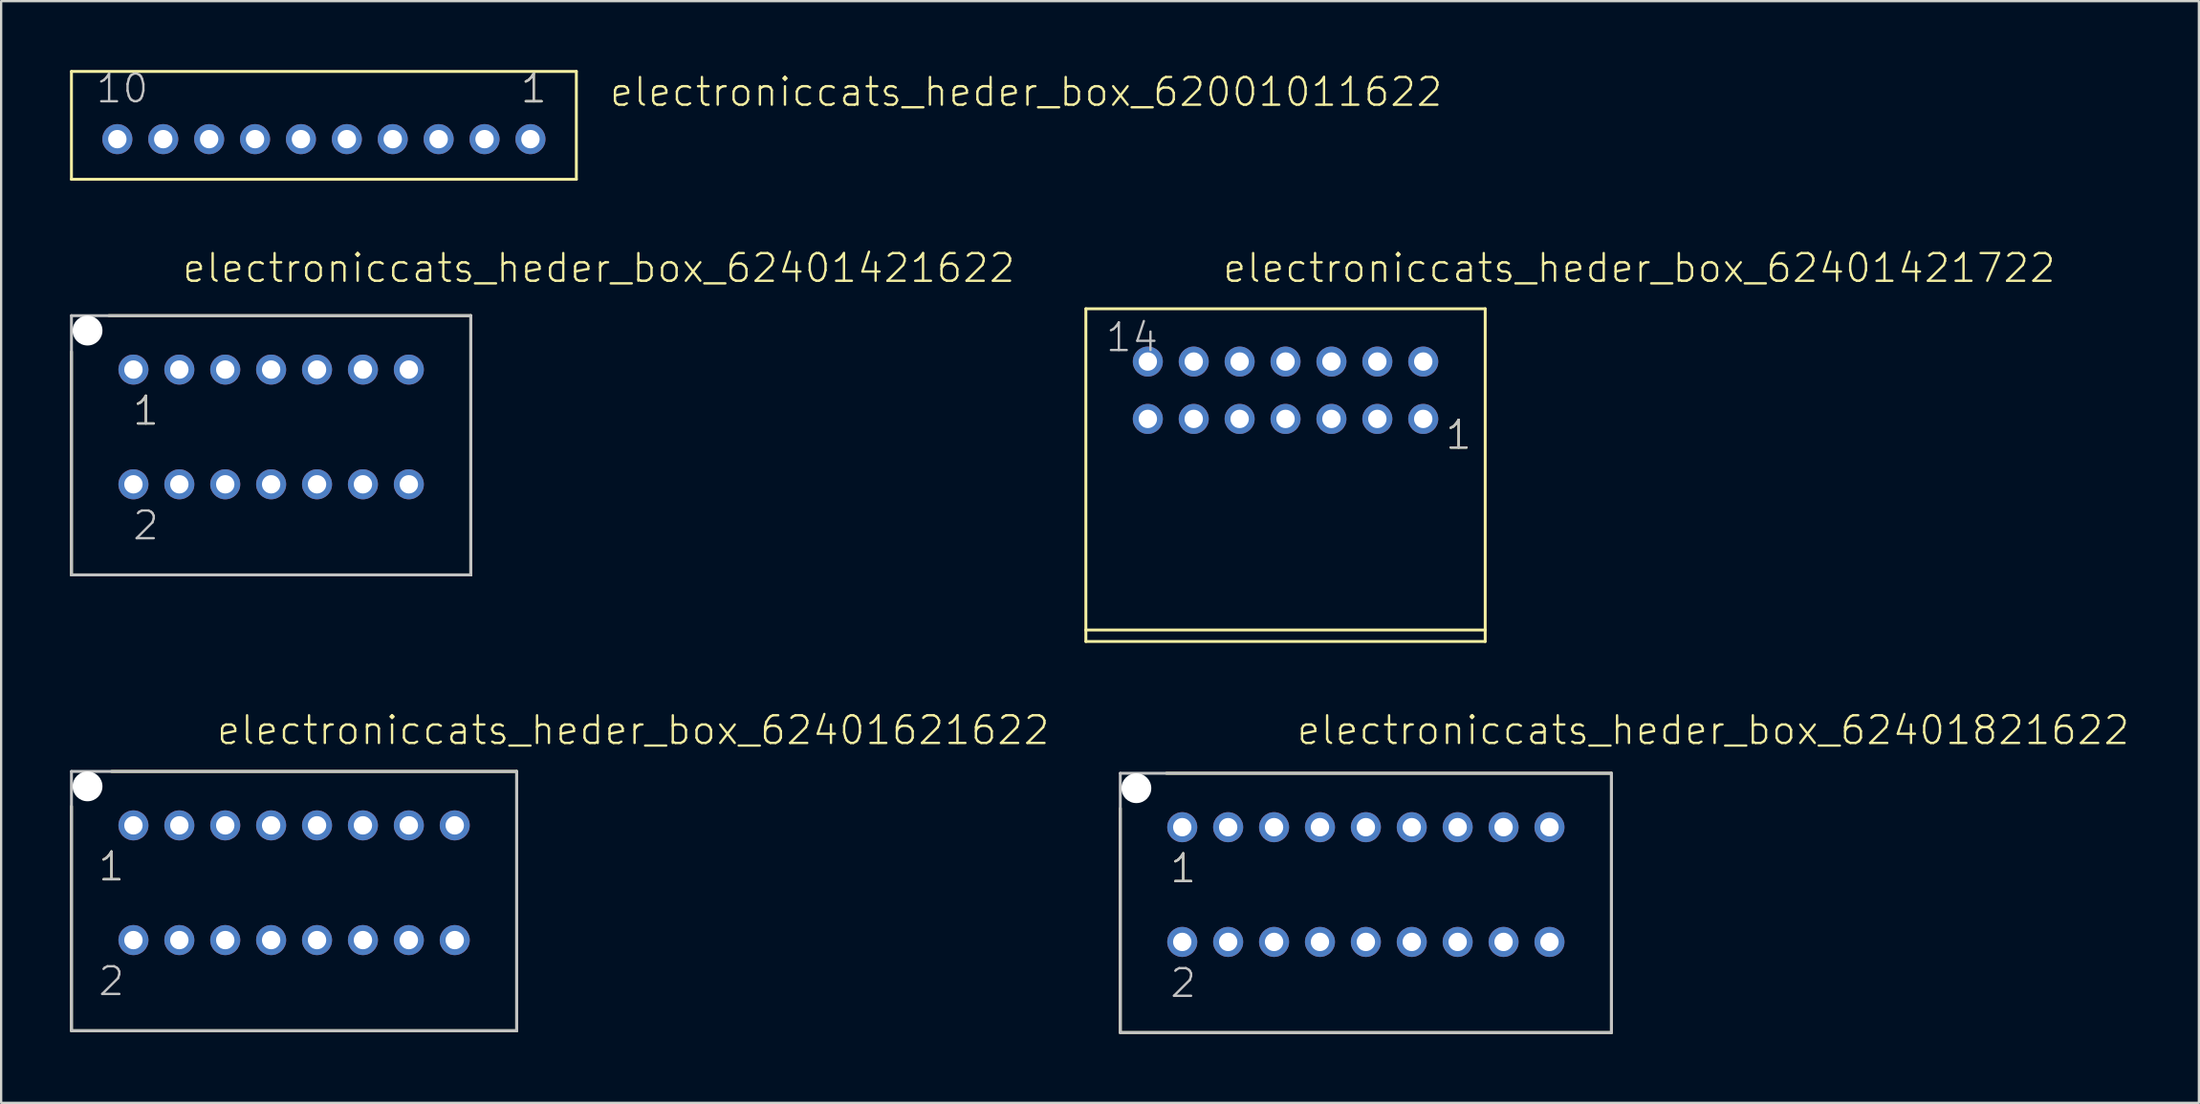
<source format=kicad_pcb>
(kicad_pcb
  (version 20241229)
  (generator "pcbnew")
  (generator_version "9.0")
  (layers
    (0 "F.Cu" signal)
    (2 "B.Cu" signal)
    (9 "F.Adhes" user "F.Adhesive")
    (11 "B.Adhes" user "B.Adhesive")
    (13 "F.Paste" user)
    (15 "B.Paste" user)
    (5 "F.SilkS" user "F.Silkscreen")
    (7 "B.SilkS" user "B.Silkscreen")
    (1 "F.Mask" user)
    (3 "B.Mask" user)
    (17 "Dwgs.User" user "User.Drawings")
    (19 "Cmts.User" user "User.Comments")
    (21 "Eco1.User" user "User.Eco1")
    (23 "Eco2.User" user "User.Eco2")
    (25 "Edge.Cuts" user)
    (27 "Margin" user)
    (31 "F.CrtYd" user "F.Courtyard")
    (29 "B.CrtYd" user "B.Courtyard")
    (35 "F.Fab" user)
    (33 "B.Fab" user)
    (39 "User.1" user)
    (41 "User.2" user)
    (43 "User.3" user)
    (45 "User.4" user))
  (footprint "electroniccats_heder_box_62001011622"
    (layer "F.Cu")
    (at 11.063 3.014)
    (property "Reference" "electroniccats_heder_box_62001011622" (at 12.385 -1.35 0) (layer "F.SilkS") (effects (font (size 1.206 1.206) (thickness 0.102)) (justify left bottom)))
    (attr through_hole)
    (fp_line (start -11 -2.95) (end 11 -2.95) (stroke (width 0.127) (type solid)) (layer "F.SilkS"))
    (fp_line (start -11 1.75) (end -11 -2.95) (stroke (width 0.127) (type solid)) (layer "F.SilkS"))
    (fp_line (start 11 -2.95) (end 11 1.75) (stroke (width 0.127) (type solid)) (layer "F.SilkS"))
    (fp_line (start 11 1.75) (end -11 1.75) (stroke (width 0.127) (type solid)) (layer "F.SilkS"))
    (fp_text user "1" (at 8.5 -1.5 0) (layer "F.SilkS") (effects (font (size 1.206 1.206) (thickness 0.102)) (justify left bottom)))
    (fp_text user "10" (at -10 -1.5 0) (layer "Dwgs.User") (effects (font (size 1.206 1.206) (thickness 0.102)) (justify left bottom)))
    (fp_text user "1" (at 8.5 -1.5 0) (layer "Dwgs.User") (effects (font (size 1.206 1.206) (thickness 0.102)) (justify left bottom)))
    (pad "1" thru_hole circle (at 9 0) (size 1.308 1.308) (drill 0.8) (layers "*.Cu" "*.Mask"))
    (pad "2" thru_hole circle (at 7 0) (size 1.308 1.308) (drill 0.8) (layers "*.Cu" "*.Mask"))
    (pad "3" thru_hole circle (at 5 0) (size 1.308 1.308) (drill 0.8) (layers "*.Cu" "*.Mask"))
    (pad "4" thru_hole circle (at 3 0) (size 1.308 1.308) (drill 0.8) (layers "*.Cu" "*.Mask"))
    (pad "5" thru_hole circle (at 1 0) (size 1.308 1.308) (drill 0.8) (layers "*.Cu" "*.Mask"))
    (pad "6" thru_hole circle (at -1 0) (size 1.308 1.308) (drill 0.8) (layers "*.Cu" "*.Mask"))
    (pad "7" thru_hole circle (at -3 0) (size 1.308 1.308) (drill 0.8) (layers "*.Cu" "*.Mask"))
    (pad "8" thru_hole circle (at -5 0) (size 1.308 1.308) (drill 0.8) (layers "*.Cu" "*.Mask"))
    (pad "9" thru_hole circle (at -7 0) (size 1.308 1.308) (drill 0.8) (layers "*.Cu" "*.Mask"))
    (pad "10" thru_hole circle (at -9 0) (size 1.308 1.308) (drill 0.8) (layers "*.Cu" "*.Mask")))
  (footprint "electroniccats_heder_box_62401421722"
    (layer "F.Cu")
    (at 52.964 13.958)
    (property "Reference" "electroniccats_heder_box_62401421722" (at -2.8 -4.62 0) (layer "F.SilkS") (effects (font (size 1.206 1.206) (thickness 0.102)) (justify left bottom)))
    (attr through_hole)
    (fp_line (start -8.7 -3.55) (end -8.7 10.45) (stroke (width 0.127) (type solid)) (layer "F.SilkS"))
    (fp_line (start -8.7 10.45) (end -8.7 10.95) (stroke (width 0.127) (type solid)) (layer "F.SilkS"))
    (fp_line (start -8.7 10.45) (end 8.7 10.45) (stroke (width 0.127) (type solid)) (layer "F.SilkS"))
    (fp_line (start -8.7 10.95) (end 8.7 10.95) (stroke (width 0.127) (type solid)) (layer "F.SilkS"))
    (fp_line (start 8.7 -3.55) (end -8.7 -3.55) (stroke (width 0.127) (type solid)) (layer "F.SilkS"))
    (fp_line (start 8.7 10.45) (end 8.7 -3.55) (stroke (width 0.127) (type solid)) (layer "F.SilkS"))
    (fp_line (start 8.7 10.95) (end 8.7 10.45) (stroke (width 0.127) (type solid)) (layer "F.SilkS"))
    (fp_text user "1" (at 6.9 2.65 0) (layer "F.SilkS") (effects (font (size 1.206 1.206) (thickness 0.102)) (justify left bottom)))
    (fp_text user "14" (at -7.905 -1.6 0) (layer "Dwgs.User") (effects (font (size 1.206 1.206) (thickness 0.102)) (justify left bottom)))
    (fp_text user "1" (at 6.9 2.65 0) (layer "Dwgs.User") (effects (font (size 1.206 1.206) (thickness 0.102)) (justify left bottom)))
    (pad "1" thru_hole circle (at 6 1.25 180) (size 1.308 1.308) (drill 0.8) (layers "*.Cu" "*.Mask"))
    (pad "2" thru_hole circle (at 6 -1.25 180) (size 1.308 1.308) (drill 0.8) (layers "*.Cu" "*.Mask"))
    (pad "3" thru_hole circle (at 4 1.25 180) (size 1.308 1.308) (drill 0.8) (layers "*.Cu" "*.Mask"))
    (pad "4" thru_hole circle (at 4 -1.25 180) (size 1.308 1.308) (drill 0.8) (layers "*.Cu" "*.Mask"))
    (pad "5" thru_hole circle (at 2 1.25 180) (size 1.308 1.308) (drill 0.8) (layers "*.Cu" "*.Mask"))
    (pad "6" thru_hole circle (at 2 -1.25 180) (size 1.308 1.308) (drill 0.8) (layers "*.Cu" "*.Mask"))
    (pad "7" thru_hole circle (at 0 1.25 180) (size 1.308 1.308) (drill 0.8) (layers "*.Cu" "*.Mask"))
    (pad "8" thru_hole circle (at 0 -1.25 180) (size 1.308 1.308) (drill 0.8) (layers "*.Cu" "*.Mask"))
    (pad "9" thru_hole circle (at -2 1.25 180) (size 1.308 1.308) (drill 0.8) (layers "*.Cu" "*.Mask"))
    (pad "10" thru_hole circle (at -2 -1.25 180) (size 1.308 1.308) (drill 0.8) (layers "*.Cu" "*.Mask"))
    (pad "11" thru_hole circle (at -4 1.25 180) (size 1.308 1.308) (drill 0.8) (layers "*.Cu" "*.Mask"))
    (pad "12" thru_hole circle (at -4 -1.25 180) (size 1.308 1.308) (drill 0.8) (layers "*.Cu" "*.Mask"))
    (pad "13" thru_hole circle (at -6 1.25 180) (size 1.308 1.308) (drill 0.8) (layers "*.Cu" "*.Mask"))
    (pad "14" thru_hole circle (at -6 -1.25 180) (size 1.308 1.308) (drill 0.8) (layers "*.Cu" "*.Mask")))
  (footprint "electroniccats_heder_box_62401421622"
    (layer "F.Cu")
    (at 8.764 15.558)
    (property "Reference" "electroniccats_heder_box_62401421622" (at -3.936 -6.22 0) (layer "F.SilkS") (effects (font (size 1.206 1.206) (thickness 0.102)) (justify left bottom)))
    (attr through_hole)
    (fp_line (start -8.7 6.45) (end -8.7 -3.28) (stroke (width 0.127) (type solid)) (layer "F.SilkS"))
    (fp_line (start -7.07 -4.85) (end 8.7 -4.85) (stroke (width 0.127) (type solid)) (layer "F.SilkS"))
    (fp_line (start 8.7 -4.85) (end 8.7 6.45) (stroke (width 0.127) (type solid)) (layer "F.SilkS"))
    (fp_line (start 8.7 6.45) (end -8.7 6.45) (stroke (width 0.127) (type solid)) (layer "F.SilkS"))
    (fp_line (start -8.7 -4.85) (end 8.7 -4.85) (stroke (width 0.127) (type solid)) (layer "Dwgs.User"))
    (fp_line (start -8.7 6.45) (end -8.7 -4.85) (stroke (width 0.127) (type solid)) (layer "Dwgs.User"))
    (fp_line (start 8.7 -4.85) (end 8.7 6.45) (stroke (width 0.127) (type solid)) (layer "Dwgs.User"))
    (fp_line (start 8.7 6.45) (end -8.7 6.45) (stroke (width 0.127) (type solid)) (layer "Dwgs.User"))
    (fp_text user "1" (at -6.1 0 0) (layer "F.SilkS") (effects (font (size 1.206 1.206) (thickness 0.102)) (justify left bottom)))
    (fp_text user "1" (at -6.1 0 0) (layer "Dwgs.User") (effects (font (size 1.206 1.206) (thickness 0.102)) (justify left bottom)))
    (fp_text user "2" (at -6.1 5 0) (layer "Dwgs.User") (effects (font (size 1.206 1.206) (thickness 0.102)) (justify left bottom)))
    (pad "" np_thru_hole circle (at -8 -4.2) (size 1.3 1.3) (drill 1.3) (layers "*.Cu"))
    (pad "1" thru_hole circle (at -6 -2.5) (size 1.308 1.308) (drill 0.8) (layers "*.Cu" "*.Mask"))
    (pad "2" thru_hole circle (at -6 2.5) (size 1.308 1.308) (drill 0.8) (layers "*.Cu" "*.Mask"))
    (pad "3" thru_hole circle (at -4 -2.5) (size 1.308 1.308) (drill 0.8) (layers "*.Cu" "*.Mask"))
    (pad "4" thru_hole circle (at -4 2.5) (size 1.308 1.308) (drill 0.8) (layers "*.Cu" "*.Mask"))
    (pad "5" thru_hole circle (at -2 -2.5) (size 1.308 1.308) (drill 0.8) (layers "*.Cu" "*.Mask"))
    (pad "6" thru_hole circle (at -2 2.5) (size 1.308 1.308) (drill 0.8) (layers "*.Cu" "*.Mask"))
    (pad "7" thru_hole circle (at 0 -2.5) (size 1.308 1.308) (drill 0.8) (layers "*.Cu" "*.Mask"))
    (pad "8" thru_hole circle (at 0 2.5) (size 1.308 1.308) (drill 0.8) (layers "*.Cu" "*.Mask"))
    (pad "9" thru_hole circle (at 2 -2.5) (size 1.308 1.308) (drill 0.8) (layers "*.Cu" "*.Mask"))
    (pad "10" thru_hole circle (at 2 2.5) (size 1.308 1.308) (drill 0.8) (layers "*.Cu" "*.Mask"))
    (pad "11" thru_hole circle (at 4 -2.5) (size 1.308 1.308) (drill 0.8) (layers "*.Cu" "*.Mask"))
    (pad "12" thru_hole circle (at 4 2.5) (size 1.308 1.308) (drill 0.8) (layers "*.Cu" "*.Mask"))
    (pad "13" thru_hole circle (at 6 -2.5) (size 1.308 1.308) (drill 0.8) (layers "*.Cu" "*.Mask"))
    (pad "14" thru_hole circle (at 6 2.5) (size 1.308 1.308) (drill 0.8) (layers "*.Cu" "*.Mask")))
  (footprint "electroniccats_heder_box_62401821622"
    (layer "F.Cu")
    (at 56.464 35.503)
    (property "Reference" "electroniccats_heder_box_62401821622" (at -3.076 -6.02 0) (layer "F.SilkS") (effects (font (size 1.206 1.206) (thickness 0.102)) (justify left bottom)))
    (attr through_hole)
    (fp_line (start -10.7 6.45) (end -10.7 -3.32) (stroke (width 0.127) (type solid)) (layer "F.SilkS"))
    (fp_line (start -8.69 -4.85) (end 10.7 -4.85) (stroke (width 0.127) (type solid)) (layer "F.SilkS"))
    (fp_line (start 10.7 -4.85) (end 10.7 6.45) (stroke (width 0.127) (type solid)) (layer "F.SilkS"))
    (fp_line (start 10.7 6.45) (end -10.7 6.45) (stroke (width 0.127) (type solid)) (layer "F.SilkS"))
    (fp_line (start -10.7 -4.85) (end 10.7 -4.85) (stroke (width 0.127) (type solid)) (layer "Dwgs.User"))
    (fp_line (start -10.7 6.45) (end -10.7 -4.85) (stroke (width 0.127) (type solid)) (layer "Dwgs.User"))
    (fp_line (start 10.7 -4.85) (end 10.7 6.45) (stroke (width 0.127) (type solid)) (layer "Dwgs.User"))
    (fp_line (start 10.7 6.45) (end -10.7 6.45) (stroke (width 0.127) (type solid)) (layer "Dwgs.User"))
    (fp_text user "1" (at -8.6 0 0) (layer "F.SilkS") (effects (font (size 1.206 1.206) (thickness 0.102)) (justify left bottom)))
    (fp_text user "2" (at -8.6 5 0) (layer "Dwgs.User") (effects (font (size 1.206 1.206) (thickness 0.102)) (justify left bottom)))
    (fp_text user "1" (at -8.6 0 0) (layer "Dwgs.User") (effects (font (size 1.206 1.206) (thickness 0.102)) (justify left bottom)))
    (pad "" np_thru_hole circle (at -10 -4.2) (size 1.3 1.3) (drill 1.3) (layers "*.Cu"))
    (pad "1" thru_hole circle (at -8 -2.5) (size 1.308 1.308) (drill 0.8) (layers "*.Cu" "*.Mask"))
    (pad "2" thru_hole circle (at -8 2.5) (size 1.308 1.308) (drill 0.8) (layers "*.Cu" "*.Mask"))
    (pad "3" thru_hole circle (at -6 -2.5) (size 1.308 1.308) (drill 0.8) (layers "*.Cu" "*.Mask"))
    (pad "4" thru_hole circle (at -6 2.5) (size 1.308 1.308) (drill 0.8) (layers "*.Cu" "*.Mask"))
    (pad "5" thru_hole circle (at -4 -2.5) (size 1.308 1.308) (drill 0.8) (layers "*.Cu" "*.Mask"))
    (pad "6" thru_hole circle (at -4 2.5) (size 1.308 1.308) (drill 0.8) (layers "*.Cu" "*.Mask"))
    (pad "7" thru_hole circle (at -2 -2.5) (size 1.308 1.308) (drill 0.8) (layers "*.Cu" "*.Mask"))
    (pad "8" thru_hole circle (at -2 2.5) (size 1.308 1.308) (drill 0.8) (layers "*.Cu" "*.Mask"))
    (pad "9" thru_hole circle (at 0 -2.5) (size 1.308 1.308) (drill 0.8) (layers "*.Cu" "*.Mask"))
    (pad "10" thru_hole circle (at 0 2.5) (size 1.308 1.308) (drill 0.8) (layers "*.Cu" "*.Mask"))
    (pad "11" thru_hole circle (at 2 -2.5) (size 1.308 1.308) (drill 0.8) (layers "*.Cu" "*.Mask"))
    (pad "12" thru_hole circle (at 2 2.5) (size 1.308 1.308) (drill 0.8) (layers "*.Cu" "*.Mask"))
    (pad "13" thru_hole circle (at 4 -2.5) (size 1.308 1.308) (drill 0.8) (layers "*.Cu" "*.Mask"))
    (pad "14" thru_hole circle (at 4 2.5) (size 1.308 1.308) (drill 0.8) (layers "*.Cu" "*.Mask"))
    (pad "15" thru_hole circle (at 6 -2.5) (size 1.308 1.308) (drill 0.8) (layers "*.Cu" "*.Mask"))
    (pad "16" thru_hole circle (at 6 2.5) (size 1.308 1.308) (drill 0.8) (layers "*.Cu" "*.Mask"))
    (pad "17" thru_hole circle (at 8 -2.5) (size 1.308 1.308) (drill 0.8) (layers "*.Cu" "*.Mask"))
    (pad "18" thru_hole circle (at 8 2.5) (size 1.308 1.308) (drill 0.8) (layers "*.Cu" "*.Mask")))
  (footprint "electroniccats_heder_box_62401621622"
    (layer "F.Cu")
    (at 9.764 35.423)
    (property "Reference" "electroniccats_heder_box_62401621622" (at -3.436 -5.94 0) (layer "F.SilkS") (effects (font (size 1.206 1.206) (thickness 0.102)) (justify left bottom)))
    (attr through_hole)
    (fp_line (start -9.7 6.45) (end -9.7 -3.33) (stroke (width 0.127) (type solid)) (layer "F.SilkS"))
    (fp_line (start -7.95 -4.85) (end 9.7 -4.85) (stroke (width 0.127) (type solid)) (layer "F.SilkS"))
    (fp_line (start 9.7 -4.85) (end 9.7 6.45) (stroke (width 0.127) (type solid)) (layer "F.SilkS"))
    (fp_line (start 9.7 6.45) (end -9.7 6.45) (stroke (width 0.127) (type solid)) (layer "F.SilkS"))
    (fp_line (start -9.7 -4.85) (end 9.7 -4.85) (stroke (width 0.127) (type solid)) (layer "Dwgs.User"))
    (fp_line (start -9.7 6.45) (end -9.7 -4.85) (stroke (width 0.127) (type solid)) (layer "Dwgs.User"))
    (fp_line (start 9.7 -4.85) (end 9.7 6.45) (stroke (width 0.127) (type solid)) (layer "Dwgs.User"))
    (fp_line (start 9.7 6.45) (end -9.7 6.45) (stroke (width 0.127) (type solid)) (layer "Dwgs.User"))
    (fp_text user "1" (at -8.6 0 0) (layer "F.SilkS") (effects (font (size 1.206 1.206) (thickness 0.102)) (justify left bottom)))
    (fp_text user "2" (at -8.6 5 0) (layer "Dwgs.User") (effects (font (size 1.206 1.206) (thickness 0.102)) (justify left bottom)))
    (fp_text user "1" (at -8.6 0 0) (layer "Dwgs.User") (effects (font (size 1.206 1.206) (thickness 0.102)) (justify left bottom)))
    (pad "" np_thru_hole circle (at -9 -4.2) (size 1.3 1.3) (drill 1.3) (layers "*.Cu"))
    (pad "1" thru_hole circle (at -7 -2.5) (size 1.308 1.308) (drill 0.8) (layers "*.Cu" "*.Mask"))
    (pad "2" thru_hole circle (at -7 2.5) (size 1.308 1.308) (drill 0.8) (layers "*.Cu" "*.Mask"))
    (pad "3" thru_hole circle (at -5 -2.5) (size 1.308 1.308) (drill 0.8) (layers "*.Cu" "*.Mask"))
    (pad "4" thru_hole circle (at -5 2.5) (size 1.308 1.308) (drill 0.8) (layers "*.Cu" "*.Mask"))
    (pad "5" thru_hole circle (at -3 -2.5) (size 1.308 1.308) (drill 0.8) (layers "*.Cu" "*.Mask"))
    (pad "6" thru_hole circle (at -3 2.5) (size 1.308 1.308) (drill 0.8) (layers "*.Cu" "*.Mask"))
    (pad "7" thru_hole circle (at -1 -2.5) (size 1.308 1.308) (drill 0.8) (layers "*.Cu" "*.Mask"))
    (pad "8" thru_hole circle (at -1 2.5) (size 1.308 1.308) (drill 0.8) (layers "*.Cu" "*.Mask"))
    (pad "9" thru_hole circle (at 1 -2.5) (size 1.308 1.308) (drill 0.8) (layers "*.Cu" "*.Mask"))
    (pad "10" thru_hole circle (at 1 2.5) (size 1.308 1.308) (drill 0.8) (layers "*.Cu" "*.Mask"))
    (pad "11" thru_hole circle (at 3 -2.5) (size 1.308 1.308) (drill 0.8) (layers "*.Cu" "*.Mask"))
    (pad "12" thru_hole circle (at 3 2.5) (size 1.308 1.308) (drill 0.8) (layers "*.Cu" "*.Mask"))
    (pad "13" thru_hole circle (at 5 -2.5) (size 1.308 1.308) (drill 0.8) (layers "*.Cu" "*.Mask"))
    (pad "14" thru_hole circle (at 5 2.5) (size 1.308 1.308) (drill 0.8) (layers "*.Cu" "*.Mask"))
    (pad "15" thru_hole circle (at 7 -2.5) (size 1.308 1.308) (drill 0.8) (layers "*.Cu" "*.Mask"))
    (pad "16" thru_hole circle (at 7 2.5) (size 1.308 1.308) (drill 0.8) (layers "*.Cu" "*.Mask")))
  (gr_rect
    (start -3 -3)
    (end 92.761 45.017)
    (stroke (width 0.1) (type default))
    (fill no)
    (layer "Edge.Cuts")))
</source>
